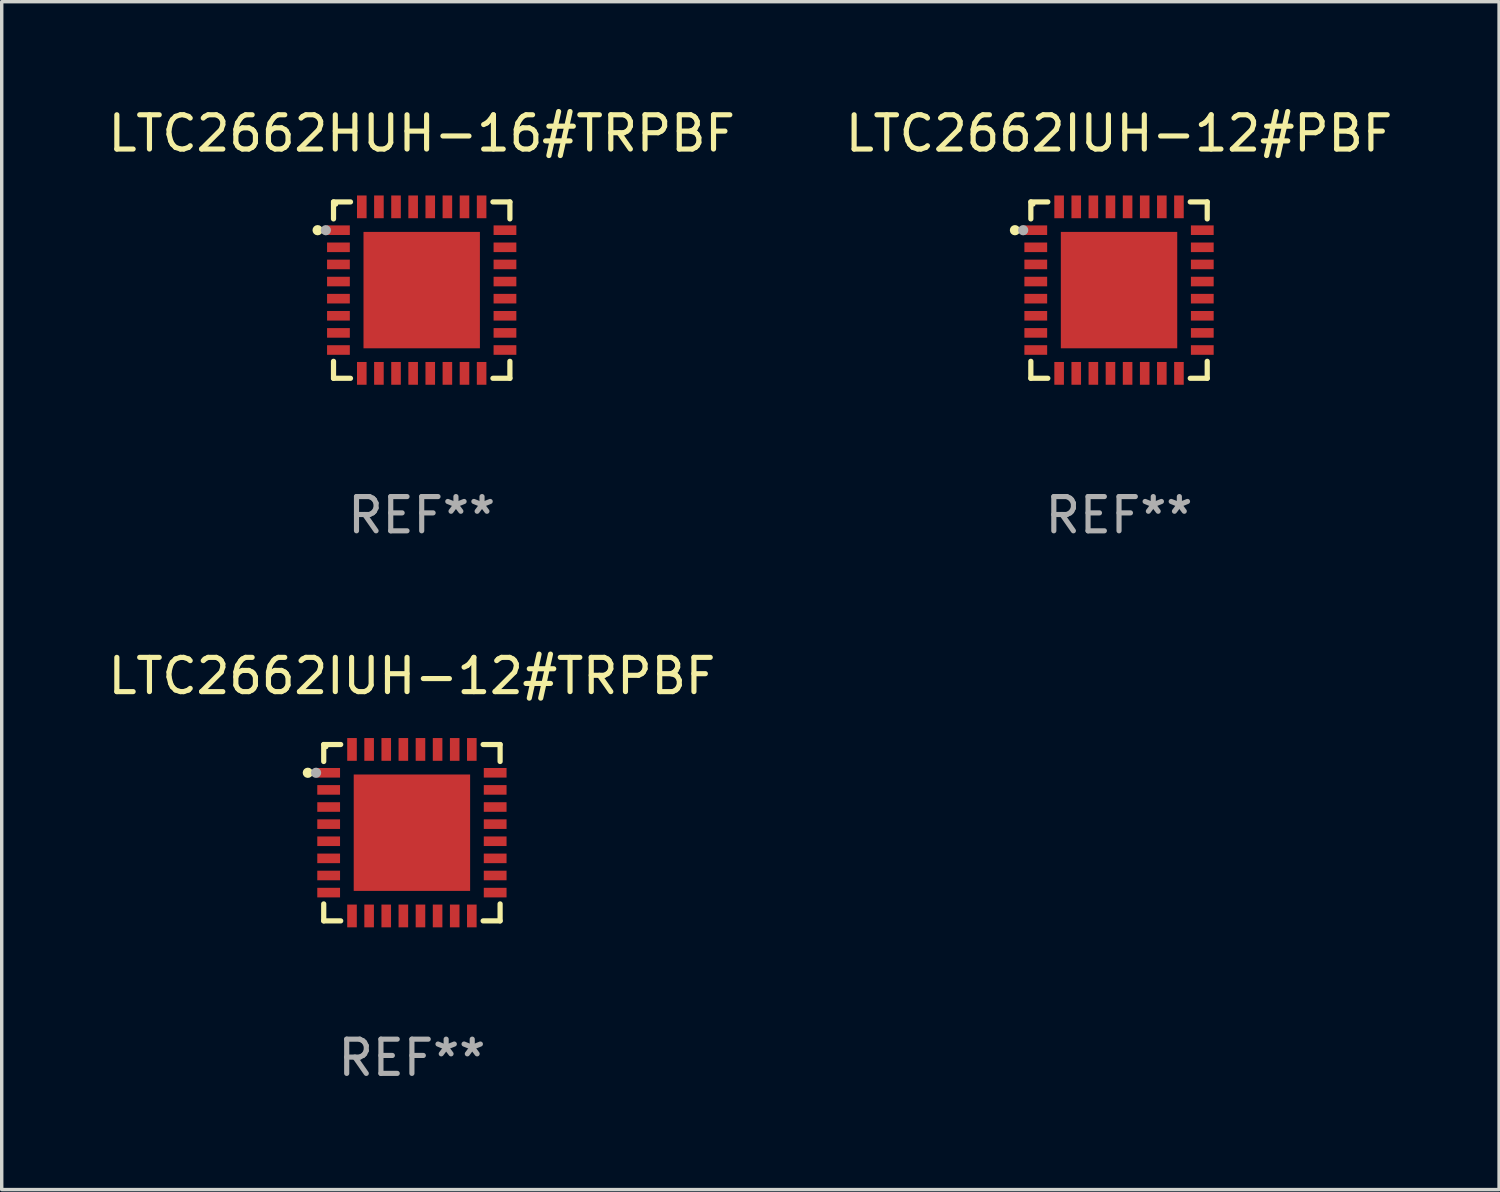
<source format=kicad_pcb>
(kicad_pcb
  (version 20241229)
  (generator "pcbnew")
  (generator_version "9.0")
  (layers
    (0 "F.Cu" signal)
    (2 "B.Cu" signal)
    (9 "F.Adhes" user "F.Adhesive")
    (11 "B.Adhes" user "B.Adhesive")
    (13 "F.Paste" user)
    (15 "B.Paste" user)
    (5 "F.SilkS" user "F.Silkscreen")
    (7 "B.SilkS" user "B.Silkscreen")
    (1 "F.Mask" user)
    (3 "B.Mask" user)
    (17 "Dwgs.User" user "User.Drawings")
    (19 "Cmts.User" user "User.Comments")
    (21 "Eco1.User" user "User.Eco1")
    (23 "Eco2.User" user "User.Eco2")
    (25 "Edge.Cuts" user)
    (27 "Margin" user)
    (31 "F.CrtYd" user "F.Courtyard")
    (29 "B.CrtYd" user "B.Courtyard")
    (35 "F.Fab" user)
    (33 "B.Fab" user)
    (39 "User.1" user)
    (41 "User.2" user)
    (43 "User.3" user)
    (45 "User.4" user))
  (footprint "LTC2662HUH-16#TRPBF"
    (layer "F.Cu")
    (at 9.268 5.424)
    (property "Reference" "LTC2662HUH-16#TRPBF" (at 0 -4.576 0) (layer "F.SilkS") (effects (font (size 1 1) (thickness 0.15))))
    (attr through_hole)
    (fp_line (start -2.576 -2.576) (end -2.576 -2.08) (stroke (width 0.152) (type solid)) (layer "F.SilkS"))
    (fp_line (start -2.576 2.576) (end -2.576 2.08) (stroke (width 0.152) (type solid)) (layer "F.SilkS"))
    (fp_line (start -2.08 -2.576) (end -2.576 -2.576) (stroke (width 0.152) (type solid)) (layer "F.SilkS"))
    (fp_line (start -2.08 2.576) (end -2.576 2.576) (stroke (width 0.152) (type solid)) (layer "F.SilkS"))
    (fp_line (start 2.08 -2.576) (end 2.576 -2.576) (stroke (width 0.152) (type solid)) (layer "F.SilkS"))
    (fp_line (start 2.08 2.576) (end 2.576 2.576) (stroke (width 0.152) (type solid)) (layer "F.SilkS"))
    (fp_line (start 2.576 -2.576) (end 2.576 -2.08) (stroke (width 0.152) (type solid)) (layer "F.SilkS"))
    (fp_line (start 2.576 2.576) (end 2.576 2.08) (stroke (width 0.152) (type solid)) (layer "F.SilkS"))
    (fp_circle (center -3.04 -1.75) (end -2.965 -1.75) (stroke (width 0.15) (type solid)) (fill no) (layer "F.SilkS"))
    (fp_circle (center -2.5 -2.5) (end -2.47 -2.5) (stroke (width 0.06) (type solid)) (fill no) (layer "F.SilkS"))
    (fp_circle (center -2.8 -1.75) (end -2.725 -1.75) (stroke (width 0.15) (type solid)) (fill no) (layer "F.Fab"))
    (fp_text user "REF**" (at 0 6.576 0) (layer "F.Fab") (effects (font (size 1 1) (thickness 0.15))))
    (pad "1" smd rect (at -2.432 -1.75) (size 0.665 0.28) (layers "F.Cu" "F.Mask" "F.Paste"))
    (pad "2" smd rect (at -2.432 -1.25) (size 0.665 0.28) (layers "F.Cu" "F.Mask" "F.Paste"))
    (pad "3" smd rect (at -2.432 -0.75) (size 0.665 0.28) (layers "F.Cu" "F.Mask" "F.Paste"))
    (pad "4" smd rect (at -2.432 -0.25) (size 0.665 0.28) (layers "F.Cu" "F.Mask" "F.Paste"))
    (pad "5" smd rect (at -2.432 0.25) (size 0.665 0.28) (layers "F.Cu" "F.Mask" "F.Paste"))
    (pad "6" smd rect (at -2.432 0.75) (size 0.665 0.28) (layers "F.Cu" "F.Mask" "F.Paste"))
    (pad "7" smd rect (at -2.432 1.25) (size 0.665 0.28) (layers "F.Cu" "F.Mask" "F.Paste"))
    (pad "8" smd rect (at -2.432 1.75) (size 0.665 0.28) (layers "F.Cu" "F.Mask" "F.Paste"))
    (pad "9" smd rect (at -1.75 2.432) (size 0.28 0.665) (layers "F.Cu" "F.Mask" "F.Paste"))
    (pad "10" smd rect (at -1.25 2.432) (size 0.28 0.665) (layers "F.Cu" "F.Mask" "F.Paste"))
    (pad "11" smd rect (at -0.75 2.432) (size 0.28 0.665) (layers "F.Cu" "F.Mask" "F.Paste"))
    (pad "12" smd rect (at -0.25 2.432) (size 0.28 0.665) (layers "F.Cu" "F.Mask" "F.Paste"))
    (pad "13" smd rect (at 0.25 2.432) (size 0.28 0.665) (layers "F.Cu" "F.Mask" "F.Paste"))
    (pad "14" smd rect (at 0.75 2.432) (size 0.28 0.665) (layers "F.Cu" "F.Mask" "F.Paste"))
    (pad "15" smd rect (at 1.25 2.432) (size 0.28 0.665) (layers "F.Cu" "F.Mask" "F.Paste"))
    (pad "16" smd rect (at 1.75 2.432) (size 0.28 0.665) (layers "F.Cu" "F.Mask" "F.Paste"))
    (pad "17" smd rect (at 2.432 1.75) (size 0.665 0.28) (layers "F.Cu" "F.Mask" "F.Paste"))
    (pad "18" smd rect (at 2.432 1.25) (size 0.665 0.28) (layers "F.Cu" "F.Mask" "F.Paste"))
    (pad "19" smd rect (at 2.432 0.75) (size 0.665 0.28) (layers "F.Cu" "F.Mask" "F.Paste"))
    (pad "20" smd rect (at 2.432 0.25) (size 0.665 0.28) (layers "F.Cu" "F.Mask" "F.Paste"))
    (pad "21" smd rect (at 2.432 -0.25) (size 0.665 0.28) (layers "F.Cu" "F.Mask" "F.Paste"))
    (pad "22" smd rect (at 2.432 -0.75) (size 0.665 0.28) (layers "F.Cu" "F.Mask" "F.Paste"))
    (pad "23" smd rect (at 2.432 -1.25) (size 0.665 0.28) (layers "F.Cu" "F.Mask" "F.Paste"))
    (pad "24" smd rect (at 2.432 -1.75) (size 0.665 0.28) (layers "F.Cu" "F.Mask" "F.Paste"))
    (pad "25" smd rect (at 1.75 -2.432) (size 0.28 0.665) (layers "F.Cu" "F.Mask" "F.Paste"))
    (pad "26" smd rect (at 1.25 -2.432) (size 0.28 0.665) (layers "F.Cu" "F.Mask" "F.Paste"))
    (pad "27" smd rect (at 0.75 -2.432) (size 0.28 0.665) (layers "F.Cu" "F.Mask" "F.Paste"))
    (pad "28" smd rect (at 0.25 -2.432) (size 0.28 0.665) (layers "F.Cu" "F.Mask" "F.Paste"))
    (pad "29" smd rect (at -0.25 -2.432) (size 0.28 0.665) (layers "F.Cu" "F.Mask" "F.Paste"))
    (pad "30" smd rect (at -0.75 -2.432) (size 0.28 0.665) (layers "F.Cu" "F.Mask" "F.Paste"))
    (pad "31" smd rect (at -1.25 -2.432) (size 0.28 0.665) (layers "F.Cu" "F.Mask" "F.Paste"))
    (pad "32" smd rect (at -1.75 -2.432) (size 0.28 0.665) (layers "F.Cu" "F.Mask" "F.Paste"))
    (pad "33" smd rect (at 0 0) (size 3.4 3.4) (layers "F.Cu" "F.Mask" "F.Paste")))
  (footprint "LTC2662IUH-12#PBF"
    (layer "F.Cu")
    (at 29.637 5.424)
    (property "Reference" "LTC2662IUH-12#PBF" (at 0 -4.576 0) (layer "F.SilkS") (effects (font (size 1 1) (thickness 0.15))))
    (attr through_hole)
    (fp_line (start -2.576 -2.576) (end -2.576 -2.08) (stroke (width 0.152) (type solid)) (layer "F.SilkS"))
    (fp_line (start -2.576 2.576) (end -2.576 2.08) (stroke (width 0.152) (type solid)) (layer "F.SilkS"))
    (fp_line (start -2.08 -2.576) (end -2.576 -2.576) (stroke (width 0.152) (type solid)) (layer "F.SilkS"))
    (fp_line (start -2.08 2.576) (end -2.576 2.576) (stroke (width 0.152) (type solid)) (layer "F.SilkS"))
    (fp_line (start 2.08 -2.576) (end 2.576 -2.576) (stroke (width 0.152) (type solid)) (layer "F.SilkS"))
    (fp_line (start 2.08 2.576) (end 2.576 2.576) (stroke (width 0.152) (type solid)) (layer "F.SilkS"))
    (fp_line (start 2.576 -2.576) (end 2.576 -2.08) (stroke (width 0.152) (type solid)) (layer "F.SilkS"))
    (fp_line (start 2.576 2.576) (end 2.576 2.08) (stroke (width 0.152) (type solid)) (layer "F.SilkS"))
    (fp_circle (center -3.04 -1.75) (end -2.965 -1.75) (stroke (width 0.15) (type solid)) (fill no) (layer "F.SilkS"))
    (fp_circle (center -2.5 -2.5) (end -2.47 -2.5) (stroke (width 0.06) (type solid)) (fill no) (layer "F.SilkS"))
    (fp_circle (center -2.8 -1.75) (end -2.725 -1.75) (stroke (width 0.15) (type solid)) (fill no) (layer "F.Fab"))
    (fp_text user "REF**" (at 0 6.576 0) (layer "F.Fab") (effects (font (size 1 1) (thickness 0.15))))
    (pad "1" smd rect (at -2.432 -1.75) (size 0.665 0.28) (layers "F.Cu" "F.Mask" "F.Paste"))
    (pad "2" smd rect (at -2.432 -1.25) (size 0.665 0.28) (layers "F.Cu" "F.Mask" "F.Paste"))
    (pad "3" smd rect (at -2.432 -0.75) (size 0.665 0.28) (layers "F.Cu" "F.Mask" "F.Paste"))
    (pad "4" smd rect (at -2.432 -0.25) (size 0.665 0.28) (layers "F.Cu" "F.Mask" "F.Paste"))
    (pad "5" smd rect (at -2.432 0.25) (size 0.665 0.28) (layers "F.Cu" "F.Mask" "F.Paste"))
    (pad "6" smd rect (at -2.432 0.75) (size 0.665 0.28) (layers "F.Cu" "F.Mask" "F.Paste"))
    (pad "7" smd rect (at -2.432 1.25) (size 0.665 0.28) (layers "F.Cu" "F.Mask" "F.Paste"))
    (pad "8" smd rect (at -2.432 1.75) (size 0.665 0.28) (layers "F.Cu" "F.Mask" "F.Paste"))
    (pad "9" smd rect (at -1.75 2.432) (size 0.28 0.665) (layers "F.Cu" "F.Mask" "F.Paste"))
    (pad "10" smd rect (at -1.25 2.432) (size 0.28 0.665) (layers "F.Cu" "F.Mask" "F.Paste"))
    (pad "11" smd rect (at -0.75 2.432) (size 0.28 0.665) (layers "F.Cu" "F.Mask" "F.Paste"))
    (pad "12" smd rect (at -0.25 2.432) (size 0.28 0.665) (layers "F.Cu" "F.Mask" "F.Paste"))
    (pad "13" smd rect (at 0.25 2.432) (size 0.28 0.665) (layers "F.Cu" "F.Mask" "F.Paste"))
    (pad "14" smd rect (at 0.75 2.432) (size 0.28 0.665) (layers "F.Cu" "F.Mask" "F.Paste"))
    (pad "15" smd rect (at 1.25 2.432) (size 0.28 0.665) (layers "F.Cu" "F.Mask" "F.Paste"))
    (pad "16" smd rect (at 1.75 2.432) (size 0.28 0.665) (layers "F.Cu" "F.Mask" "F.Paste"))
    (pad "17" smd rect (at 2.432 1.75) (size 0.665 0.28) (layers "F.Cu" "F.Mask" "F.Paste"))
    (pad "18" smd rect (at 2.432 1.25) (size 0.665 0.28) (layers "F.Cu" "F.Mask" "F.Paste"))
    (pad "19" smd rect (at 2.432 0.75) (size 0.665 0.28) (layers "F.Cu" "F.Mask" "F.Paste"))
    (pad "20" smd rect (at 2.432 0.25) (size 0.665 0.28) (layers "F.Cu" "F.Mask" "F.Paste"))
    (pad "21" smd rect (at 2.432 -0.25) (size 0.665 0.28) (layers "F.Cu" "F.Mask" "F.Paste"))
    (pad "22" smd rect (at 2.432 -0.75) (size 0.665 0.28) (layers "F.Cu" "F.Mask" "F.Paste"))
    (pad "23" smd rect (at 2.432 -1.25) (size 0.665 0.28) (layers "F.Cu" "F.Mask" "F.Paste"))
    (pad "24" smd rect (at 2.432 -1.75) (size 0.665 0.28) (layers "F.Cu" "F.Mask" "F.Paste"))
    (pad "25" smd rect (at 1.75 -2.432) (size 0.28 0.665) (layers "F.Cu" "F.Mask" "F.Paste"))
    (pad "26" smd rect (at 1.25 -2.432) (size 0.28 0.665) (layers "F.Cu" "F.Mask" "F.Paste"))
    (pad "27" smd rect (at 0.75 -2.432) (size 0.28 0.665) (layers "F.Cu" "F.Mask" "F.Paste"))
    (pad "28" smd rect (at 0.25 -2.432) (size 0.28 0.665) (layers "F.Cu" "F.Mask" "F.Paste"))
    (pad "29" smd rect (at -0.25 -2.432) (size 0.28 0.665) (layers "F.Cu" "F.Mask" "F.Paste"))
    (pad "30" smd rect (at -0.75 -2.432) (size 0.28 0.665) (layers "F.Cu" "F.Mask" "F.Paste"))
    (pad "31" smd rect (at -1.25 -2.432) (size 0.28 0.665) (layers "F.Cu" "F.Mask" "F.Paste"))
    (pad "32" smd rect (at -1.75 -2.432) (size 0.28 0.665) (layers "F.Cu" "F.Mask" "F.Paste"))
    (pad "33" smd rect (at 0 0) (size 3.4 3.4) (layers "F.Cu" "F.Mask" "F.Paste")))
  (footprint "LTC2662IUH-12#TRPBF"
    (layer "F.Cu")
    (at 8.982 21.273)
    (property "Reference" "LTC2662IUH-12#TRPBF" (at 0 -4.576 0) (layer "F.SilkS") (effects (font (size 1 1) (thickness 0.15))))
    (attr through_hole)
    (fp_line (start -2.576 -2.576) (end -2.576 -2.08) (stroke (width 0.152) (type solid)) (layer "F.SilkS"))
    (fp_line (start -2.576 2.576) (end -2.576 2.08) (stroke (width 0.152) (type solid)) (layer "F.SilkS"))
    (fp_line (start -2.08 -2.576) (end -2.576 -2.576) (stroke (width 0.152) (type solid)) (layer "F.SilkS"))
    (fp_line (start -2.08 2.576) (end -2.576 2.576) (stroke (width 0.152) (type solid)) (layer "F.SilkS"))
    (fp_line (start 2.08 -2.576) (end 2.576 -2.576) (stroke (width 0.152) (type solid)) (layer "F.SilkS"))
    (fp_line (start 2.08 2.576) (end 2.576 2.576) (stroke (width 0.152) (type solid)) (layer "F.SilkS"))
    (fp_line (start 2.576 -2.576) (end 2.576 -2.08) (stroke (width 0.152) (type solid)) (layer "F.SilkS"))
    (fp_line (start 2.576 2.576) (end 2.576 2.08) (stroke (width 0.152) (type solid)) (layer "F.SilkS"))
    (fp_circle (center -3.04 -1.75) (end -2.965 -1.75) (stroke (width 0.15) (type solid)) (fill no) (layer "F.SilkS"))
    (fp_circle (center -2.5 -2.5) (end -2.47 -2.5) (stroke (width 0.06) (type solid)) (fill no) (layer "F.SilkS"))
    (fp_circle (center -2.8 -1.75) (end -2.725 -1.75) (stroke (width 0.15) (type solid)) (fill no) (layer "F.Fab"))
    (fp_text user "REF**" (at 0 6.576 0) (layer "F.Fab") (effects (font (size 1 1) (thickness 0.15))))
    (pad "1" smd rect (at -2.432 -1.75) (size 0.665 0.28) (layers "F.Cu" "F.Mask" "F.Paste"))
    (pad "2" smd rect (at -2.432 -1.25) (size 0.665 0.28) (layers "F.Cu" "F.Mask" "F.Paste"))
    (pad "3" smd rect (at -2.432 -0.75) (size 0.665 0.28) (layers "F.Cu" "F.Mask" "F.Paste"))
    (pad "4" smd rect (at -2.432 -0.25) (size 0.665 0.28) (layers "F.Cu" "F.Mask" "F.Paste"))
    (pad "5" smd rect (at -2.432 0.25) (size 0.665 0.28) (layers "F.Cu" "F.Mask" "F.Paste"))
    (pad "6" smd rect (at -2.432 0.75) (size 0.665 0.28) (layers "F.Cu" "F.Mask" "F.Paste"))
    (pad "7" smd rect (at -2.432 1.25) (size 0.665 0.28) (layers "F.Cu" "F.Mask" "F.Paste"))
    (pad "8" smd rect (at -2.432 1.75) (size 0.665 0.28) (layers "F.Cu" "F.Mask" "F.Paste"))
    (pad "9" smd rect (at -1.75 2.432) (size 0.28 0.665) (layers "F.Cu" "F.Mask" "F.Paste"))
    (pad "10" smd rect (at -1.25 2.432) (size 0.28 0.665) (layers "F.Cu" "F.Mask" "F.Paste"))
    (pad "11" smd rect (at -0.75 2.432) (size 0.28 0.665) (layers "F.Cu" "F.Mask" "F.Paste"))
    (pad "12" smd rect (at -0.25 2.432) (size 0.28 0.665) (layers "F.Cu" "F.Mask" "F.Paste"))
    (pad "13" smd rect (at 0.25 2.432) (size 0.28 0.665) (layers "F.Cu" "F.Mask" "F.Paste"))
    (pad "14" smd rect (at 0.75 2.432) (size 0.28 0.665) (layers "F.Cu" "F.Mask" "F.Paste"))
    (pad "15" smd rect (at 1.25 2.432) (size 0.28 0.665) (layers "F.Cu" "F.Mask" "F.Paste"))
    (pad "16" smd rect (at 1.75 2.432) (size 0.28 0.665) (layers "F.Cu" "F.Mask" "F.Paste"))
    (pad "17" smd rect (at 2.432 1.75) (size 0.665 0.28) (layers "F.Cu" "F.Mask" "F.Paste"))
    (pad "18" smd rect (at 2.432 1.25) (size 0.665 0.28) (layers "F.Cu" "F.Mask" "F.Paste"))
    (pad "19" smd rect (at 2.432 0.75) (size 0.665 0.28) (layers "F.Cu" "F.Mask" "F.Paste"))
    (pad "20" smd rect (at 2.432 0.25) (size 0.665 0.28) (layers "F.Cu" "F.Mask" "F.Paste"))
    (pad "21" smd rect (at 2.432 -0.25) (size 0.665 0.28) (layers "F.Cu" "F.Mask" "F.Paste"))
    (pad "22" smd rect (at 2.432 -0.75) (size 0.665 0.28) (layers "F.Cu" "F.Mask" "F.Paste"))
    (pad "23" smd rect (at 2.432 -1.25) (size 0.665 0.28) (layers "F.Cu" "F.Mask" "F.Paste"))
    (pad "24" smd rect (at 2.432 -1.75) (size 0.665 0.28) (layers "F.Cu" "F.Mask" "F.Paste"))
    (pad "25" smd rect (at 1.75 -2.432) (size 0.28 0.665) (layers "F.Cu" "F.Mask" "F.Paste"))
    (pad "26" smd rect (at 1.25 -2.432) (size 0.28 0.665) (layers "F.Cu" "F.Mask" "F.Paste"))
    (pad "27" smd rect (at 0.75 -2.432) (size 0.28 0.665) (layers "F.Cu" "F.Mask" "F.Paste"))
    (pad "28" smd rect (at 0.25 -2.432) (size 0.28 0.665) (layers "F.Cu" "F.Mask" "F.Paste"))
    (pad "29" smd rect (at -0.25 -2.432) (size 0.28 0.665) (layers "F.Cu" "F.Mask" "F.Paste"))
    (pad "30" smd rect (at -0.75 -2.432) (size 0.28 0.665) (layers "F.Cu" "F.Mask" "F.Paste"))
    (pad "31" smd rect (at -1.25 -2.432) (size 0.28 0.665) (layers "F.Cu" "F.Mask" "F.Paste"))
    (pad "32" smd rect (at -1.75 -2.432) (size 0.28 0.665) (layers "F.Cu" "F.Mask" "F.Paste"))
    (pad "33" smd rect (at 0 0) (size 3.4 3.4) (layers "F.Cu" "F.Mask" "F.Paste")))
  (gr_rect
    (start -3 -3)
    (end 40.738 31.698)
    (stroke (width 0.1) (type default))
    (fill no)
    (layer "Edge.Cuts")))
</source>
